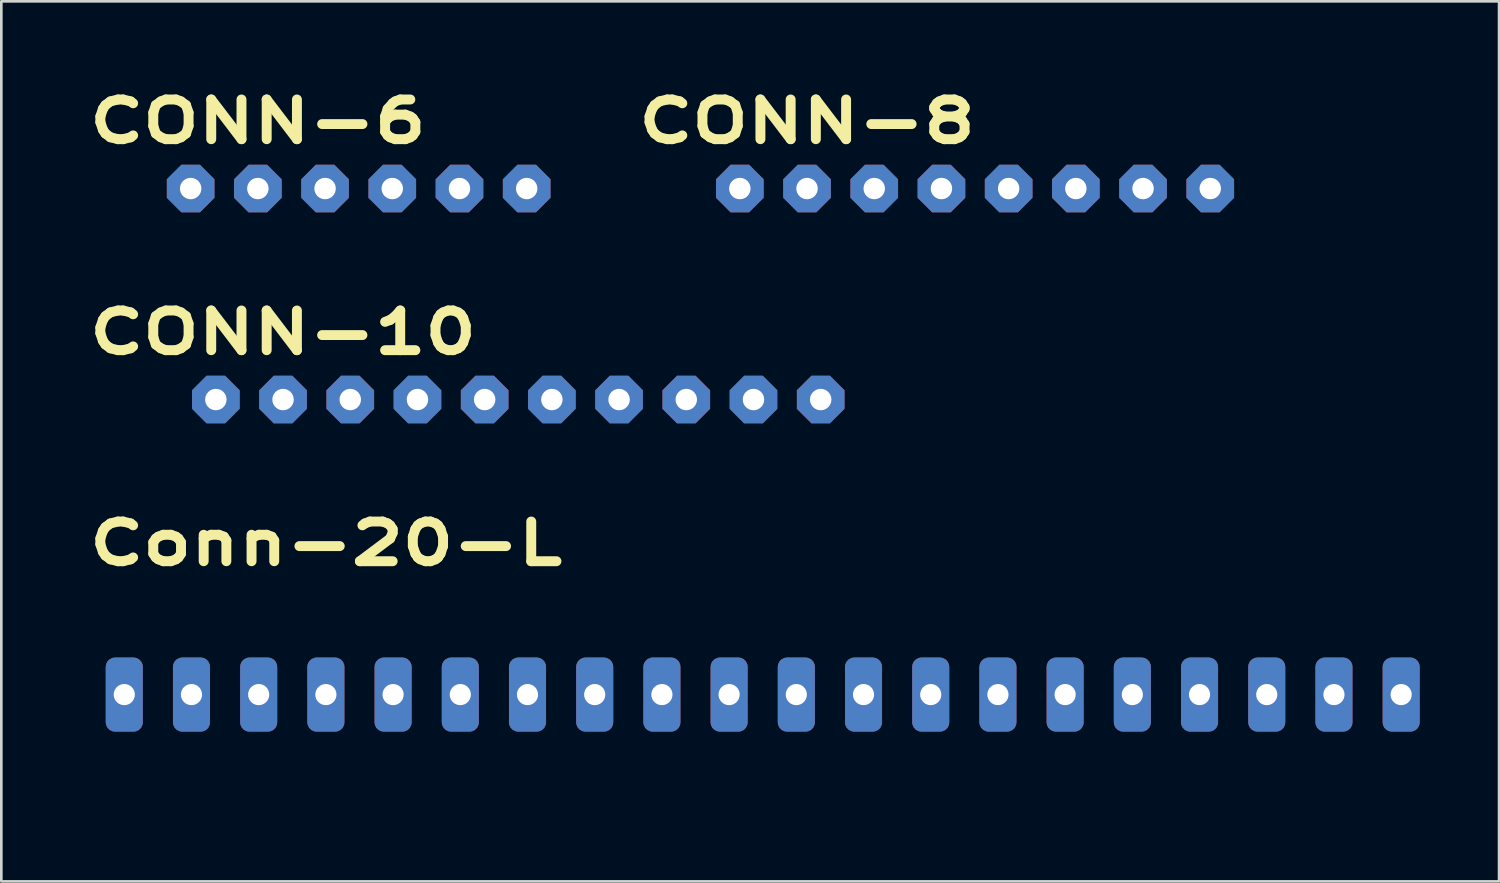
<source format=kicad_pcb>
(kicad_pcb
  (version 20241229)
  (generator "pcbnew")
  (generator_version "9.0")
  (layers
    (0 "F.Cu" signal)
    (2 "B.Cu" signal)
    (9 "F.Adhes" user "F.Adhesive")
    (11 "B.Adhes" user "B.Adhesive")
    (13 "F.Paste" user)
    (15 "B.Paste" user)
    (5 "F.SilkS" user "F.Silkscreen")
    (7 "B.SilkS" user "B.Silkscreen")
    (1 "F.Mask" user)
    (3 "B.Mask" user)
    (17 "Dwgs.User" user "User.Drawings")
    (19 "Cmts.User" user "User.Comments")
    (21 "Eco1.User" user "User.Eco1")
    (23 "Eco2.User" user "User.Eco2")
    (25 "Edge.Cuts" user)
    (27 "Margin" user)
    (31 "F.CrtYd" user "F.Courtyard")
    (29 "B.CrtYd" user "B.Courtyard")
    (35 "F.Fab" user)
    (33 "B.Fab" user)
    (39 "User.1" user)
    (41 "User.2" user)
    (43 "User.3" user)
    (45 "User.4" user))
  (footprint "CONN-6"
    (layer "F.Cu")
    (at 6.696 4.076)
    (property "Reference" "CONN-6" (at 0 -2.54 0) (layer "F.SilkS") (effects (font (size 1.5 2) (thickness 0.375))))
    (attr through_hole)
    (pad "1" thru_hole custom (at -2.54 0) (size 1.524 1.524) (drill 0.81) (layers "*.Cu" "*.Mask") (options (anchor circle)) (primitives (gr_poly (pts (xy -0.9 0.35) (xy -0.9 -0.35) (xy -0.35 -0.9) (xy 0.35 -0.9) (xy 0.9 -0.35) (xy 0.9 0.35) (xy 0.35 0.9) (xy -0.35 0.9)) (width 0) (fill yes))))
    (pad "2" thru_hole custom (at 0 0) (size 1.524 1.524) (drill 0.81) (layers "*.Cu" "*.Mask") (options (anchor circle)) (primitives (gr_poly (pts (xy -0.9 0.35) (xy -0.9 -0.35) (xy -0.35 -0.9) (xy 0.35 -0.9) (xy 0.9 -0.35) (xy 0.9 0.35) (xy 0.35 0.9) (xy -0.35 0.9)) (width 0) (fill yes))))
    (pad "3" thru_hole custom (at 2.54 0) (size 1.524 1.524) (drill 0.81) (layers "*.Cu" "*.Mask") (options (anchor circle)) (primitives (gr_poly (pts (xy -0.9 0.35) (xy -0.9 -0.35) (xy -0.35 -0.9) (xy 0.35 -0.9) (xy 0.9 -0.35) (xy 0.9 0.35) (xy 0.35 0.9) (xy -0.35 0.9)) (width 0) (fill yes))))
    (pad "4" thru_hole custom (at 5.08 0) (size 1.524 1.524) (drill 0.81) (layers "*.Cu" "*.Mask") (options (anchor circle)) (primitives (gr_poly (pts (xy -0.9 0.35) (xy -0.9 -0.35) (xy -0.35 -0.9) (xy 0.35 -0.9) (xy 0.9 -0.35) (xy 0.9 0.35) (xy 0.35 0.9) (xy -0.35 0.9)) (width 0) (fill yes))))
    (pad "5" thru_hole custom (at 7.62 0) (size 1.524 1.524) (drill 0.81) (layers "*.Cu" "*.Mask") (options (anchor circle)) (primitives (gr_poly (pts (xy -0.9 0.35) (xy -0.9 -0.35) (xy -0.35 -0.9) (xy 0.35 -0.9) (xy 0.9 -0.35) (xy 0.9 0.35) (xy 0.35 0.9) (xy -0.35 0.9)) (width 0) (fill yes))))
    (pad "6" thru_hole custom (at 10.16 0) (size 1.524 1.524) (drill 0.81) (layers "*.Cu" "*.Mask") (options (anchor circle)) (primitives (gr_poly (pts (xy -0.9 0.35) (xy -0.9 -0.35) (xy -0.35 -0.9) (xy 0.35 -0.9) (xy 0.9 -0.35) (xy 0.9 0.35) (xy 0.35 0.9) (xy -0.35 0.9)) (width 0) (fill yes)))))
  (footprint "CONN-8"
    (layer "F.Cu")
    (at 27.452 4.076)
    (property "Reference" "CONN-8" (at 0 -2.54 0) (layer "F.SilkS") (effects (font (size 1.5 2) (thickness 0.375))))
    (attr through_hole)
    (pad "1" thru_hole custom (at -2.54 0) (size 1.524 1.524) (drill 0.81) (layers "*.Cu" "*.Mask") (options (anchor circle)) (primitives (gr_poly (pts (xy -0.9 0.35) (xy -0.9 -0.35) (xy -0.35 -0.9) (xy 0.35 -0.9) (xy 0.9 -0.35) (xy 0.9 0.35) (xy 0.35 0.9) (xy -0.35 0.9)) (width 0) (fill yes))))
    (pad "2" thru_hole custom (at 0 0) (size 1.524 1.524) (drill 0.81) (layers "*.Cu" "*.Mask") (options (anchor circle)) (primitives (gr_poly (pts (xy -0.9 0.35) (xy -0.9 -0.35) (xy -0.35 -0.9) (xy 0.35 -0.9) (xy 0.9 -0.35) (xy 0.9 0.35) (xy 0.35 0.9) (xy -0.35 0.9)) (width 0) (fill yes))))
    (pad "3" thru_hole custom (at 2.54 0) (size 1.524 1.524) (drill 0.81) (layers "*.Cu" "*.Mask") (options (anchor circle)) (primitives (gr_poly (pts (xy -0.9 0.35) (xy -0.9 -0.35) (xy -0.35 -0.9) (xy 0.35 -0.9) (xy 0.9 -0.35) (xy 0.9 0.35) (xy 0.35 0.9) (xy -0.35 0.9)) (width 0) (fill yes))))
    (pad "4" thru_hole custom (at 5.08 0) (size 1.524 1.524) (drill 0.81) (layers "*.Cu" "*.Mask") (options (anchor circle)) (primitives (gr_poly (pts (xy -0.9 0.35) (xy -0.9 -0.35) (xy -0.35 -0.9) (xy 0.35 -0.9) (xy 0.9 -0.35) (xy 0.9 0.35) (xy 0.35 0.9) (xy -0.35 0.9)) (width 0) (fill yes))))
    (pad "5" thru_hole custom (at 7.62 0) (size 1.524 1.524) (drill 0.81) (layers "*.Cu" "*.Mask") (options (anchor circle)) (primitives (gr_poly (pts (xy -0.9 0.35) (xy -0.9 -0.35) (xy -0.35 -0.9) (xy 0.35 -0.9) (xy 0.9 -0.35) (xy 0.9 0.35) (xy 0.35 0.9) (xy -0.35 0.9)) (width 0) (fill yes))))
    (pad "6" thru_hole custom (at 10.16 0) (size 1.524 1.524) (drill 0.81) (layers "*.Cu" "*.Mask") (options (anchor circle)) (primitives (gr_poly (pts (xy -0.9 0.35) (xy -0.9 -0.35) (xy -0.35 -0.9) (xy 0.35 -0.9) (xy 0.9 -0.35) (xy 0.9 0.35) (xy 0.35 0.9) (xy -0.35 0.9)) (width 0) (fill yes))))
    (pad "7" thru_hole custom (at 12.7 0) (size 1.524 1.524) (drill 0.81) (layers "*.Cu" "*.Mask") (options (anchor circle)) (primitives (gr_poly (pts (xy -0.9 0.35) (xy -0.9 -0.35) (xy -0.35 -0.9) (xy 0.35 -0.9) (xy 0.9 -0.35) (xy 0.9 0.35) (xy 0.35 0.9) (xy -0.35 0.9)) (width 0) (fill yes))))
    (pad "8" thru_hole custom (at 15.24 0) (size 1.524 1.524) (drill 0.81) (layers "*.Cu" "*.Mask") (options (anchor circle)) (primitives (gr_poly (pts (xy -0.9 0.35) (xy -0.9 -0.35) (xy -0.35 -0.9) (xy 0.35 -0.9) (xy 0.9 -0.35) (xy 0.9 0.35) (xy 0.35 0.9) (xy -0.35 0.9)) (width 0) (fill yes)))))
  (footprint "CONN-10"
    (layer "F.Cu")
    (at 7.648 12.051)
    (property "Reference" "CONN-10" (at 0 -2.54 0) (layer "F.SilkS") (effects (font (size 1.5 2) (thickness 0.375))))
    (attr through_hole)
    (pad "1" thru_hole custom (at -2.54 0) (size 1.524 1.524) (drill 0.81) (layers "*.Cu" "*.Mask") (options (anchor circle)) (primitives (gr_poly (pts (xy -0.9 0.35) (xy -0.9 -0.35) (xy -0.35 -0.9) (xy 0.35 -0.9) (xy 0.9 -0.35) (xy 0.9 0.35) (xy 0.35 0.9) (xy -0.35 0.9)) (width 0) (fill yes))))
    (pad "2" thru_hole custom (at 0 0) (size 1.524 1.524) (drill 0.81) (layers "*.Cu" "*.Mask") (options (anchor circle)) (primitives (gr_poly (pts (xy -0.9 0.35) (xy -0.9 -0.35) (xy -0.35 -0.9) (xy 0.35 -0.9) (xy 0.9 -0.35) (xy 0.9 0.35) (xy 0.35 0.9) (xy -0.35 0.9)) (width 0) (fill yes))))
    (pad "3" thru_hole custom (at 2.54 0) (size 1.524 1.524) (drill 0.81) (layers "*.Cu" "*.Mask") (options (anchor circle)) (primitives (gr_poly (pts (xy -0.9 0.35) (xy -0.9 -0.35) (xy -0.35 -0.9) (xy 0.35 -0.9) (xy 0.9 -0.35) (xy 0.9 0.35) (xy 0.35 0.9) (xy -0.35 0.9)) (width 0) (fill yes))))
    (pad "4" thru_hole custom (at 5.08 0) (size 1.524 1.524) (drill 0.81) (layers "*.Cu" "*.Mask") (options (anchor circle)) (primitives (gr_poly (pts (xy -0.9 0.35) (xy -0.9 -0.35) (xy -0.35 -0.9) (xy 0.35 -0.9) (xy 0.9 -0.35) (xy 0.9 0.35) (xy 0.35 0.9) (xy -0.35 0.9)) (width 0) (fill yes))))
    (pad "5" thru_hole custom (at 7.62 0) (size 1.524 1.524) (drill 0.81) (layers "*.Cu" "*.Mask") (options (anchor circle)) (primitives (gr_poly (pts (xy -0.9 0.35) (xy -0.9 -0.35) (xy -0.35 -0.9) (xy 0.35 -0.9) (xy 0.9 -0.35) (xy 0.9 0.35) (xy 0.35 0.9) (xy -0.35 0.9)) (width 0) (fill yes))))
    (pad "6" thru_hole custom (at 10.16 0) (size 1.524 1.524) (drill 0.81) (layers "*.Cu" "*.Mask") (options (anchor circle)) (primitives (gr_poly (pts (xy -0.9 0.35) (xy -0.9 -0.35) (xy -0.35 -0.9) (xy 0.35 -0.9) (xy 0.9 -0.35) (xy 0.9 0.35) (xy 0.35 0.9) (xy -0.35 0.9)) (width 0) (fill yes))))
    (pad "7" thru_hole custom (at 12.7 0) (size 1.524 1.524) (drill 0.81) (layers "*.Cu" "*.Mask") (options (anchor circle)) (primitives (gr_poly (pts (xy -0.9 0.35) (xy -0.9 -0.35) (xy -0.35 -0.9) (xy 0.35 -0.9) (xy 0.9 -0.35) (xy 0.9 0.35) (xy 0.35 0.9) (xy -0.35 0.9)) (width 0) (fill yes))))
    (pad "8" thru_hole custom (at 15.24 0) (size 1.524 1.524) (drill 0.81) (layers "*.Cu" "*.Mask") (options (anchor circle)) (primitives (gr_poly (pts (xy -0.9 0.35) (xy -0.9 -0.35) (xy -0.35 -0.9) (xy 0.35 -0.9) (xy 0.9 -0.35) (xy 0.9 0.35) (xy 0.35 0.9) (xy -0.35 0.9)) (width 0) (fill yes))))
    (pad "9" thru_hole custom (at 17.78 0) (size 1.524 1.524) (drill 0.81) (layers "*.Cu" "*.Mask") (options (anchor circle)) (primitives (gr_poly (pts (xy -0.9 0.35) (xy -0.9 -0.35) (xy -0.35 -0.9) (xy 0.35 -0.9) (xy 0.9 -0.35) (xy 0.9 0.35) (xy 0.35 0.9) (xy -0.35 0.9)) (width 0) (fill yes))))
    (pad "10" thru_hole custom (at 20.32 0) (size 1.524 1.524) (drill 0.81) (layers "*.Cu" "*.Mask") (options (anchor circle)) (primitives (gr_poly (pts (xy -0.9 0.35) (xy -0.9 -0.35) (xy -0.35 -0.9) (xy 0.35 -0.9) (xy 0.9 -0.35) (xy 0.9 0.35) (xy 0.35 0.9) (xy -0.35 0.9)) (width 0) (fill yes)))))
  (footprint "Conn-20-L"
    (layer "F.Cu")
    (at 9.267 27.012)
    (property "Reference" "Conn-20-L" (at 0 -9.525 0) (layer "F.SilkS") (effects (font (size 1.5 2) (thickness 0.375))))
    (attr through_hole)
    (pad "1" thru_hole roundrect (at -7.62 -3.81) (size 1.4 2.8) (drill 0.8) (layers "*.Cu" "*.Mask") (roundrect_rratio 0.25))
    (pad "2" thru_hole roundrect (at -5.08 -3.81) (size 1.4 2.8) (drill 0.8) (layers "*.Cu" "*.Mask") (roundrect_rratio 0.25))
    (pad "3" thru_hole roundrect (at -2.54 -3.81) (size 1.4 2.8) (drill 0.8) (layers "*.Cu" "*.Mask") (roundrect_rratio 0.25))
    (pad "4" thru_hole roundrect (at 0 -3.81) (size 1.4 2.8) (drill 0.8) (layers "*.Cu" "*.Mask") (roundrect_rratio 0.25))
    (pad "5" thru_hole roundrect (at 2.54 -3.81) (size 1.4 2.8) (drill 0.8) (layers "*.Cu" "*.Mask") (roundrect_rratio 0.25))
    (pad "6" thru_hole roundrect (at 5.08 -3.81) (size 1.4 2.8) (drill 0.8) (layers "*.Cu" "*.Mask") (roundrect_rratio 0.25))
    (pad "7" thru_hole roundrect (at 7.62 -3.81) (size 1.4 2.8) (drill 0.8) (layers "*.Cu" "*.Mask") (roundrect_rratio 0.25))
    (pad "8" thru_hole roundrect (at 10.16 -3.81) (size 1.4 2.8) (drill 0.8) (layers "*.Cu" "*.Mask") (roundrect_rratio 0.25))
    (pad "9" thru_hole roundrect (at 12.7 -3.81) (size 1.4 2.8) (drill 0.8) (layers "*.Cu" "*.Mask") (roundrect_rratio 0.25))
    (pad "10" thru_hole roundrect (at 15.24 -3.81) (size 1.4 2.8) (drill 0.8) (layers "*.Cu" "*.Mask") (roundrect_rratio 0.25))
    (pad "11" thru_hole roundrect (at 17.78 -3.81) (size 1.4 2.8) (drill 0.8) (layers "*.Cu" "*.Mask") (roundrect_rratio 0.25))
    (pad "12" thru_hole roundrect (at 20.32 -3.81) (size 1.4 2.8) (drill 0.8) (layers "*.Cu" "*.Mask") (roundrect_rratio 0.25))
    (pad "13" thru_hole roundrect (at 22.86 -3.81) (size 1.4 2.8) (drill 0.8) (layers "*.Cu" "*.Mask") (roundrect_rratio 0.25))
    (pad "14" thru_hole roundrect (at 25.4 -3.81) (size 1.4 2.8) (drill 0.8) (layers "*.Cu" "*.Mask") (roundrect_rratio 0.25))
    (pad "15" thru_hole roundrect (at 27.94 -3.81) (size 1.4 2.8) (drill 0.8) (layers "*.Cu" "*.Mask") (roundrect_rratio 0.25))
    (pad "16" thru_hole roundrect (at 30.48 -3.81) (size 1.4 2.8) (drill 0.8) (layers "*.Cu" "*.Mask") (roundrect_rratio 0.25))
    (pad "17" thru_hole roundrect (at 33.02 -3.81) (size 1.4 2.8) (drill 0.8) (layers "*.Cu" "*.Mask") (roundrect_rratio 0.25))
    (pad "18" thru_hole roundrect (at 35.56 -3.81) (size 1.4 2.8) (drill 0.8) (layers "*.Cu" "*.Mask") (roundrect_rratio 0.25))
    (pad "19" thru_hole roundrect (at 38.1 -3.81) (size 1.4 2.8) (drill 0.8) (layers "*.Cu" "*.Mask") (roundrect_rratio 0.25))
    (pad "20" thru_hole roundrect (at 40.64 -3.81) (size 1.4 2.8) (drill 0.8) (layers "*.Cu" "*.Mask") (roundrect_rratio 0.25)))
  (gr_rect
    (start -3 -3)
    (end 53.607 30.262)
    (stroke (width 0.1) (type default))
    (fill no)
    (layer "Edge.Cuts")))
</source>
